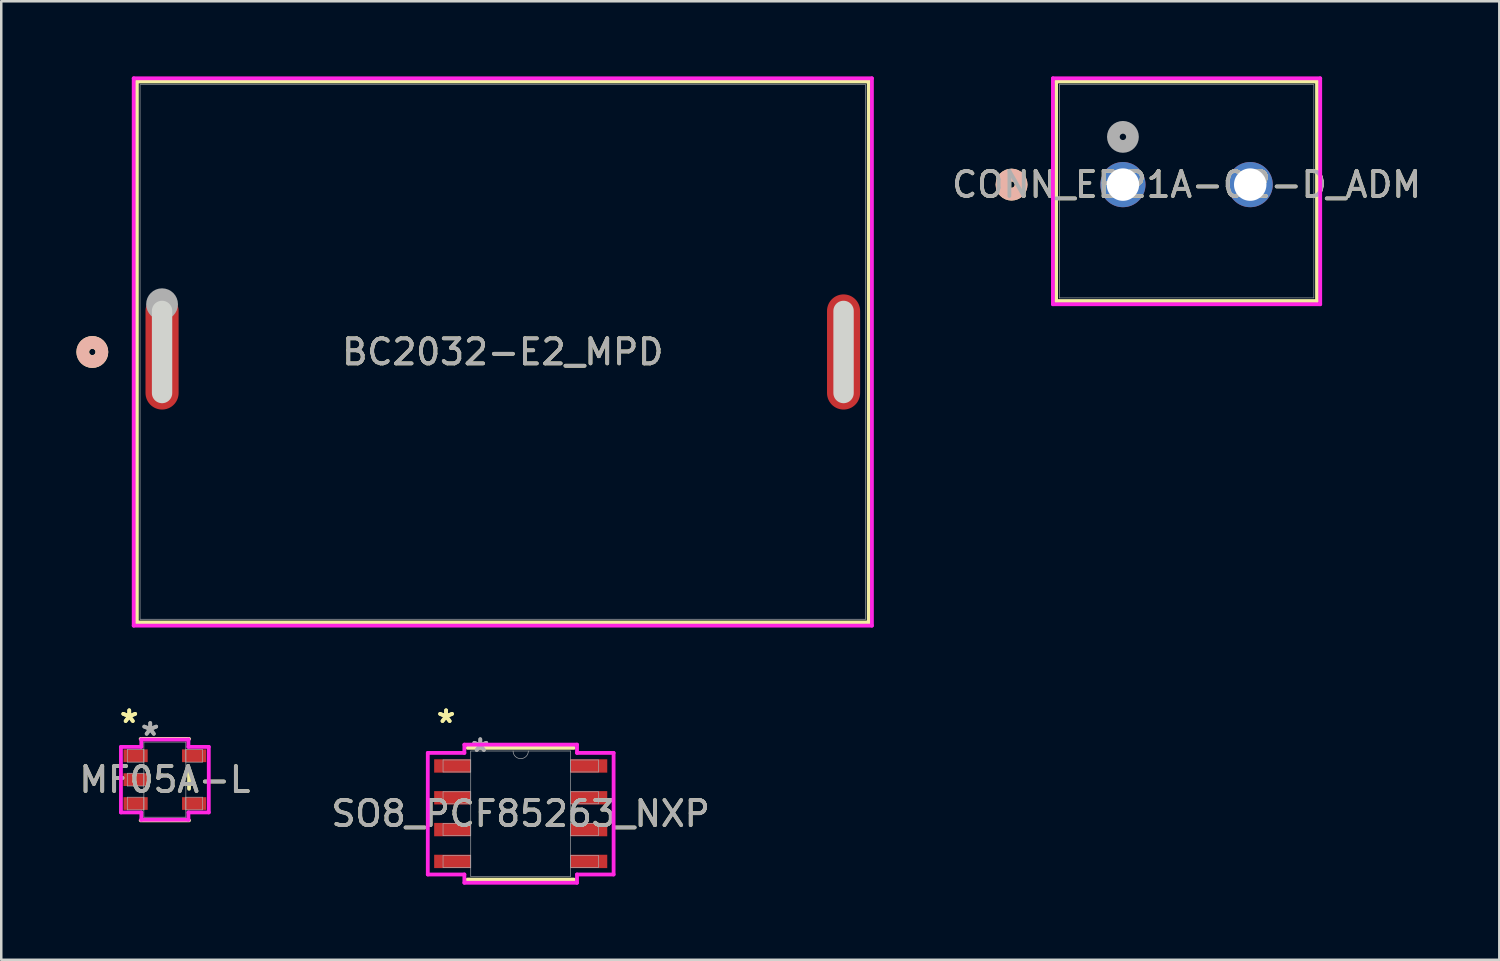
<source format=kicad_pcb>
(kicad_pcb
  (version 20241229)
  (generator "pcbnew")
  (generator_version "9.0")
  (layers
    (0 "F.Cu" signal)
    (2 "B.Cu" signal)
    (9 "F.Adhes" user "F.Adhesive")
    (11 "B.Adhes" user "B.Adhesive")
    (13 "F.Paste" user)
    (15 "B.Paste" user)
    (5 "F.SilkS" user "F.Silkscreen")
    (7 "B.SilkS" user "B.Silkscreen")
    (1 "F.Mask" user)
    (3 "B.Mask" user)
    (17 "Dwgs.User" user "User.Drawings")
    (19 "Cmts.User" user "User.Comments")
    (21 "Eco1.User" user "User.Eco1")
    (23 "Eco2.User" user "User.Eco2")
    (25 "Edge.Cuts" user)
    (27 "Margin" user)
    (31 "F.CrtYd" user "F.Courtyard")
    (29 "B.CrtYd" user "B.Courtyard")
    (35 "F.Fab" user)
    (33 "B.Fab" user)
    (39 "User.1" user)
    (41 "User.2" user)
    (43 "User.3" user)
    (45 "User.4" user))
  (footprint "MF05A-L"
    (layer "F.Cu")
    (at 3.53 28.067)
    (property "Reference" "MF05A-L" (at 0 0 0) (unlocked yes) (layer "F.SilkS") (effects (font (size 1 1) (thickness 0.15))))
    (attr smd)
    (fp_line (start -0.965 1.626) (end 0.965 1.626) (stroke (width 0.152) (type solid)) (layer "F.SilkS"))
    (fp_line (start 0.965 -1.626) (end -0.965 -1.626) (stroke (width 0.152) (type solid)) (layer "F.SilkS"))
    (fp_line (start 0.965 0.366) (end 0.965 -0.366) (stroke (width 0.152) (type solid)) (layer "F.SilkS"))
    (fp_line (start -1.753 -1.308) (end -0.94 -1.308) (stroke (width 0.152) (type solid)) (layer "F.CrtYd"))
    (fp_line (start -1.753 1.308) (end -1.753 -1.308) (stroke (width 0.152) (type solid)) (layer "F.CrtYd"))
    (fp_line (start -0.94 -1.6) (end 0.94 -1.6) (stroke (width 0.152) (type solid)) (layer "F.CrtYd"))
    (fp_line (start -0.94 -1.308) (end -0.94 -1.6) (stroke (width 0.152) (type solid)) (layer "F.CrtYd"))
    (fp_line (start -0.94 1.308) (end -1.753 1.308) (stroke (width 0.152) (type solid)) (layer "F.CrtYd"))
    (fp_line (start -0.94 1.6) (end -0.94 1.308) (stroke (width 0.152) (type solid)) (layer "F.CrtYd"))
    (fp_line (start 0.94 -1.6) (end 0.94 -1.308) (stroke (width 0.152) (type solid)) (layer "F.CrtYd"))
    (fp_line (start 0.94 -1.308) (end 1.753 -1.308) (stroke (width 0.152) (type solid)) (layer "F.CrtYd"))
    (fp_line (start 0.94 1.308) (end 0.94 1.6) (stroke (width 0.152) (type solid)) (layer "F.CrtYd"))
    (fp_line (start 0.94 1.6) (end -0.94 1.6) (stroke (width 0.152) (type solid)) (layer "F.CrtYd"))
    (fp_line (start 1.753 -1.308) (end 1.753 1.308) (stroke (width 0.152) (type solid)) (layer "F.CrtYd"))
    (fp_line (start 1.753 1.308) (end 0.94 1.308) (stroke (width 0.152) (type solid)) (layer "F.CrtYd"))
    (fp_line (start -1.499 -1.206) (end -1.499 -0.699) (stroke (width 0.025) (type solid)) (layer "F.Fab"))
    (fp_line (start -1.499 -0.699) (end -0.838 -0.699) (stroke (width 0.025) (type solid)) (layer "F.Fab"))
    (fp_line (start -1.499 -0.254) (end -1.499 0.254) (stroke (width 0.025) (type solid)) (layer "F.Fab"))
    (fp_line (start -1.499 0.254) (end -0.838 0.254) (stroke (width 0.025) (type solid)) (layer "F.Fab"))
    (fp_line (start -1.499 0.699) (end -1.499 1.206) (stroke (width 0.025) (type solid)) (layer "F.Fab"))
    (fp_line (start -1.499 1.206) (end -0.838 1.206) (stroke (width 0.025) (type solid)) (layer "F.Fab"))
    (fp_line (start -0.838 -1.499) (end -0.838 1.499) (stroke (width 0.025) (type solid)) (layer "F.Fab"))
    (fp_line (start -0.838 -1.206) (end -1.499 -1.206) (stroke (width 0.025) (type solid)) (layer "F.Fab"))
    (fp_line (start -0.838 -0.699) (end -0.838 -1.206) (stroke (width 0.025) (type solid)) (layer "F.Fab"))
    (fp_line (start -0.838 -0.254) (end -1.499 -0.254) (stroke (width 0.025) (type solid)) (layer "F.Fab"))
    (fp_line (start -0.838 0.254) (end -0.838 -0.254) (stroke (width 0.025) (type solid)) (layer "F.Fab"))
    (fp_line (start -0.838 0.699) (end -1.499 0.699) (stroke (width 0.025) (type solid)) (layer "F.Fab"))
    (fp_line (start -0.838 1.206) (end -0.838 0.699) (stroke (width 0.025) (type solid)) (layer "F.Fab"))
    (fp_line (start -0.838 1.499) (end 0.838 1.499) (stroke (width 0.025) (type solid)) (layer "F.Fab"))
    (fp_line (start 0.838 -1.499) (end -0.838 -1.499) (stroke (width 0.025) (type solid)) (layer "F.Fab"))
    (fp_line (start 0.838 -1.206) (end 0.838 -0.699) (stroke (width 0.025) (type solid)) (layer "F.Fab"))
    (fp_line (start 0.838 -0.699) (end 1.499 -0.699) (stroke (width 0.025) (type solid)) (layer "F.Fab"))
    (fp_line (start 0.838 0.699) (end 0.838 1.206) (stroke (width 0.025) (type solid)) (layer "F.Fab"))
    (fp_line (start 0.838 1.206) (end 1.499 1.206) (stroke (width 0.025) (type solid)) (layer "F.Fab"))
    (fp_line (start 0.838 1.499) (end 0.838 -1.499) (stroke (width 0.025) (type solid)) (layer "F.Fab"))
    (fp_line (start 1.499 -1.206) (end 0.838 -1.206) (stroke (width 0.025) (type solid)) (layer "F.Fab"))
    (fp_line (start 1.499 -0.699) (end 1.499 -1.206) (stroke (width 0.025) (type solid)) (layer "F.Fab"))
    (fp_line (start 1.499 0.699) (end 0.838 0.699) (stroke (width 0.025) (type solid)) (layer "F.Fab"))
    (fp_line (start 1.499 1.206) (end 1.499 0.699) (stroke (width 0.025) (type solid)) (layer "F.Fab"))
    (fp_text user "*" (at -1.422 -2.223 0) (unlocked yes) (layer "F.SilkS") (effects (font (size 1 1) (thickness 0.15))))
    (fp_text user "*" (at -1.422 -2.223 0) (layer "F.SilkS") (effects (font (size 1 1) (thickness 0.15))))
    (fp_text user "*" (at -0.584 -1.714 0) (unlocked yes) (layer "F.Fab") (effects (font (size 1 1) (thickness 0.15))))
    (fp_text user "${REFERENCE}" (at 0 0 0) (unlocked yes) (layer "F.Fab") (effects (font (size 1 1) (thickness 0.15))))
    (fp_text user "*" (at -0.584 -1.714 0) (layer "F.Fab") (effects (font (size 1 1) (thickness 0.15))))
    (pad "1" smd rect (at -1.168 -0.953) (size 0.965 0.508) (layers "F.Cu" "F.Mask" "F.Paste"))
    (pad "2" smd rect (at -1.168 0) (size 0.965 0.508) (layers "F.Cu" "F.Mask" "F.Paste"))
    (pad "3" smd rect (at -1.168 0.953) (size 0.965 0.508) (layers "F.Cu" "F.Mask" "F.Paste"))
    (pad "4" smd rect (at 1.168 0.953) (size 0.965 0.508) (layers "F.Cu" "F.Mask" "F.Paste"))
    (pad "5" smd rect (at 1.168 -0.953) (size 0.965 0.508) (layers "F.Cu" "F.Mask" "F.Paste")))
  (footprint "BC2032-E2_MPD"
    (layer "F.Cu")
    (at 3.418 10.998)
    (property "Reference" "BC2032-E2_MPD" (at 13.6 0 0) (unlocked yes) (layer "F.SilkS") (effects (font (size 1 1) (thickness 0.15))))
    (attr smd)
    (fp_line (start -1.005 -10.795) (end -1.005 10.795) (stroke (width 0.152) (type solid)) (layer "F.SilkS"))
    (fp_line (start -1.005 10.795) (end 28.205 10.795) (stroke (width 0.152) (type solid)) (layer "F.SilkS"))
    (fp_line (start 28.205 -10.795) (end -1.005 -10.795) (stroke (width 0.152) (type solid)) (layer "F.SilkS"))
    (fp_line (start 28.205 10.795) (end 28.205 -10.795) (stroke (width 0.152) (type solid)) (layer "F.SilkS"))
    (fp_circle (center -2.783 0) (end -2.402 0) (stroke (width 0.508) (type solid)) (fill no) (layer "F.SilkS"))
    (fp_circle (center -2.783 0) (end -2.402 0) (stroke (width 0.508) (type solid)) (fill no) (layer "B.SilkS"))
    (fp_line (start 0 1.638) (end 0 -1.638) (stroke (width 0.813) (type solid)) (layer "Edge.Cuts"))
    (fp_line (start 27.2 1.638) (end 27.2 -1.638) (stroke (width 0.813) (type solid)) (layer "Edge.Cuts"))
    (fp_line (start -1.132 -10.922) (end -1.132 10.922) (stroke (width 0.152) (type solid)) (layer "F.CrtYd"))
    (fp_line (start -1.132 10.922) (end 28.332 10.922) (stroke (width 0.152) (type solid)) (layer "F.CrtYd"))
    (fp_line (start 28.332 -10.922) (end -1.132 -10.922) (stroke (width 0.152) (type solid)) (layer "F.CrtYd"))
    (fp_line (start 28.332 10.922) (end 28.332 -10.922) (stroke (width 0.152) (type solid)) (layer "F.CrtYd"))
    (fp_line (start -0.878 -10.668) (end -0.878 10.668) (stroke (width 0.025) (type solid)) (layer "F.Fab"))
    (fp_line (start -0.878 10.668) (end 28.078 10.668) (stroke (width 0.025) (type solid)) (layer "F.Fab"))
    (fp_line (start 28.078 -10.668) (end -0.878 -10.668) (stroke (width 0.025) (type solid)) (layer "F.Fab"))
    (fp_line (start 28.078 10.668) (end 28.078 -10.668) (stroke (width 0.025) (type solid)) (layer "F.Fab"))
    (fp_circle (center 0 -1.905) (end 0.381 -1.905) (stroke (width 0.508) (type solid)) (fill no) (layer "F.Fab"))
    (fp_text user "${REFERENCE}" (at 13.6 0 0) (unlocked yes) (layer "F.Fab") (effects (font (size 1 1) (thickness 0.15))))
    (pad "1" smd oval (at 0 0) (size 1.321 4.597) (layers "F.Cu" "F.Mask" "F.Paste"))
    (pad "2" smd oval (at 27.2 0) (size 1.321 4.597) (layers "F.Cu" "F.Mask" "F.Paste")))
  (footprint "CONN_EB21A-02-D_ADM"
    (layer "F.Cu")
    (at 41.768 4.318)
    (property "Reference" "CONN_EB21A-02-D_ADM" (at 2.54 0 0) (unlocked yes) (layer "F.SilkS") (effects (font (size 1 1) (thickness 0.15))))
    (attr through_hole)
    (fp_line (start -2.667 -4.115) (end -2.667 4.648) (stroke (width 0.152) (type solid)) (layer "F.SilkS"))
    (fp_line (start -2.667 4.648) (end 7.747 4.648) (stroke (width 0.152) (type solid)) (layer "F.SilkS"))
    (fp_line (start 7.747 -4.115) (end -2.667 -4.115) (stroke (width 0.152) (type solid)) (layer "F.SilkS"))
    (fp_line (start 7.747 4.648) (end 7.747 -4.115) (stroke (width 0.152) (type solid)) (layer "F.SilkS"))
    (fp_circle (center -4.445 0) (end -4.064 0) (stroke (width 0.508) (type solid)) (fill no) (layer "F.SilkS"))
    (fp_circle (center -4.445 0) (end -4.064 0) (stroke (width 0.508) (type solid)) (fill no) (layer "B.SilkS"))
    (fp_line (start -2.794 -4.242) (end -2.794 4.775) (stroke (width 0.152) (type solid)) (layer "F.CrtYd"))
    (fp_line (start -2.794 4.775) (end 7.874 4.775) (stroke (width 0.152) (type solid)) (layer "F.CrtYd"))
    (fp_line (start 7.874 -4.242) (end -2.794 -4.242) (stroke (width 0.152) (type solid)) (layer "F.CrtYd"))
    (fp_line (start 7.874 4.775) (end 7.874 -4.242) (stroke (width 0.152) (type solid)) (layer "F.CrtYd"))
    (fp_line (start -2.54 -3.988) (end -2.54 4.521) (stroke (width 0.025) (type solid)) (layer "F.Fab"))
    (fp_line (start -2.54 4.521) (end 7.62 4.521) (stroke (width 0.025) (type solid)) (layer "F.Fab"))
    (fp_line (start 7.62 -3.988) (end -2.54 -3.988) (stroke (width 0.025) (type solid)) (layer "F.Fab"))
    (fp_line (start 7.62 4.521) (end 7.62 -3.988) (stroke (width 0.025) (type solid)) (layer "F.Fab"))
    (fp_circle (center 0 -1.905) (end 0.381 -1.905) (stroke (width 0.508) (type solid)) (fill no) (layer "F.Fab"))
    (fp_text user "${REFERENCE}" (at 2.54 0 0) (unlocked yes) (layer "F.Fab") (effects (font (size 1 1) (thickness 0.15))))
    (pad "1" thru_hole circle (at 0 0) (size 1.803 1.803) (drill 1.295) (layers "*.Cu" "*.Mask"))
    (pad "2" thru_hole circle (at 5.08 0) (size 1.803 1.803) (drill 1.295) (layers "*.Cu" "*.Mask")))
  (footprint "SO8_PCF85263_NXP"
    (layer "F.Cu")
    (at 17.732 29.426)
    (property "Reference" "SO8_PCF85263_NXP" (at 0 0 0) (unlocked yes) (layer "F.SilkS") (effects (font (size 1 1) (thickness 0.15))))
    (attr smd)
    (fp_line (start -2.121 2.629) (end 2.121 2.629) (stroke (width 0.152) (type solid)) (layer "F.SilkS"))
    (fp_line (start 2.121 -2.629) (end -2.121 -2.629) (stroke (width 0.152) (type solid)) (layer "F.SilkS"))
    (fp_line (start -3.708 -2.426) (end -2.248 -2.426) (stroke (width 0.152) (type solid)) (layer "F.CrtYd"))
    (fp_line (start -3.708 2.426) (end -3.708 -2.426) (stroke (width 0.152) (type solid)) (layer "F.CrtYd"))
    (fp_line (start -3.708 2.426) (end -2.248 2.426) (stroke (width 0.152) (type solid)) (layer "F.CrtYd"))
    (fp_line (start -2.248 -2.756) (end 2.248 -2.756) (stroke (width 0.152) (type solid)) (layer "F.CrtYd"))
    (fp_line (start -2.248 -2.426) (end -2.248 -2.756) (stroke (width 0.152) (type solid)) (layer "F.CrtYd"))
    (fp_line (start -2.248 2.756) (end -2.248 2.426) (stroke (width 0.152) (type solid)) (layer "F.CrtYd"))
    (fp_line (start 2.248 -2.756) (end 2.248 -2.426) (stroke (width 0.152) (type solid)) (layer "F.CrtYd"))
    (fp_line (start 2.248 2.426) (end 2.248 2.756) (stroke (width 0.152) (type solid)) (layer "F.CrtYd"))
    (fp_line (start 2.248 2.756) (end -2.248 2.756) (stroke (width 0.152) (type solid)) (layer "F.CrtYd"))
    (fp_line (start 3.708 -2.426) (end 2.248 -2.426) (stroke (width 0.152) (type solid)) (layer "F.CrtYd"))
    (fp_line (start 3.708 -2.426) (end 3.708 2.426) (stroke (width 0.152) (type solid)) (layer "F.CrtYd"))
    (fp_line (start 3.708 2.426) (end 2.248 2.426) (stroke (width 0.152) (type solid)) (layer "F.CrtYd"))
    (fp_line (start -3.099 -2.146) (end -3.099 -1.664) (stroke (width 0.025) (type solid)) (layer "F.Fab"))
    (fp_line (start -3.099 -1.664) (end -1.994 -1.664) (stroke (width 0.025) (type solid)) (layer "F.Fab"))
    (fp_line (start -3.099 -0.876) (end -3.099 -0.394) (stroke (width 0.025) (type solid)) (layer "F.Fab"))
    (fp_line (start -3.099 -0.394) (end -1.994 -0.394) (stroke (width 0.025) (type solid)) (layer "F.Fab"))
    (fp_line (start -3.099 0.394) (end -3.099 0.876) (stroke (width 0.025) (type solid)) (layer "F.Fab"))
    (fp_line (start -3.099 0.876) (end -1.994 0.876) (stroke (width 0.025) (type solid)) (layer "F.Fab"))
    (fp_line (start -3.099 1.664) (end -3.099 2.146) (stroke (width 0.025) (type solid)) (layer "F.Fab"))
    (fp_line (start -3.099 2.146) (end -1.994 2.146) (stroke (width 0.025) (type solid)) (layer "F.Fab"))
    (fp_line (start -1.994 -2.502) (end -1.994 2.502) (stroke (width 0.025) (type solid)) (layer "F.Fab"))
    (fp_line (start -1.994 -2.146) (end -3.099 -2.146) (stroke (width 0.025) (type solid)) (layer "F.Fab"))
    (fp_line (start -1.994 -1.664) (end -1.994 -2.146) (stroke (width 0.025) (type solid)) (layer "F.Fab"))
    (fp_line (start -1.994 -0.876) (end -3.099 -0.876) (stroke (width 0.025) (type solid)) (layer "F.Fab"))
    (fp_line (start -1.994 -0.394) (end -1.994 -0.876) (stroke (width 0.025) (type solid)) (layer "F.Fab"))
    (fp_line (start -1.994 0.394) (end -3.099 0.394) (stroke (width 0.025) (type solid)) (layer "F.Fab"))
    (fp_line (start -1.994 0.876) (end -1.994 0.394) (stroke (width 0.025) (type solid)) (layer "F.Fab"))
    (fp_line (start -1.994 1.664) (end -3.099 1.664) (stroke (width 0.025) (type solid)) (layer "F.Fab"))
    (fp_line (start -1.994 2.146) (end -1.994 1.664) (stroke (width 0.025) (type solid)) (layer "F.Fab"))
    (fp_line (start -1.994 2.502) (end 1.994 2.502) (stroke (width 0.025) (type solid)) (layer "F.Fab"))
    (fp_line (start 1.994 -2.502) (end -1.994 -2.502) (stroke (width 0.025) (type solid)) (layer "F.Fab"))
    (fp_line (start 1.994 -2.146) (end 1.994 -1.664) (stroke (width 0.025) (type solid)) (layer "F.Fab"))
    (fp_line (start 1.994 -1.664) (end 3.099 -1.664) (stroke (width 0.025) (type solid)) (layer "F.Fab"))
    (fp_line (start 1.994 -0.876) (end 1.994 -0.394) (stroke (width 0.025) (type solid)) (layer "F.Fab"))
    (fp_line (start 1.994 -0.394) (end 3.099 -0.394) (stroke (width 0.025) (type solid)) (layer "F.Fab"))
    (fp_line (start 1.994 0.394) (end 1.994 0.876) (stroke (width 0.025) (type solid)) (layer "F.Fab"))
    (fp_line (start 1.994 0.876) (end 3.099 0.876) (stroke (width 0.025) (type solid)) (layer "F.Fab"))
    (fp_line (start 1.994 1.664) (end 1.994 2.146) (stroke (width 0.025) (type solid)) (layer "F.Fab"))
    (fp_line (start 1.994 2.146) (end 3.099 2.146) (stroke (width 0.025) (type solid)) (layer "F.Fab"))
    (fp_line (start 1.994 2.502) (end 1.994 -2.502) (stroke (width 0.025) (type solid)) (layer "F.Fab"))
    (fp_line (start 3.099 -2.146) (end 1.994 -2.146) (stroke (width 0.025) (type solid)) (layer "F.Fab"))
    (fp_line (start 3.099 -1.664) (end 3.099 -2.146) (stroke (width 0.025) (type solid)) (layer "F.Fab"))
    (fp_line (start 3.099 -0.876) (end 1.994 -0.876) (stroke (width 0.025) (type solid)) (layer "F.Fab"))
    (fp_line (start 3.099 -0.394) (end 3.099 -0.876) (stroke (width 0.025) (type solid)) (layer "F.Fab"))
    (fp_line (start 3.099 0.394) (end 1.994 0.394) (stroke (width 0.025) (type solid)) (layer "F.Fab"))
    (fp_line (start 3.099 0.876) (end 3.099 0.394) (stroke (width 0.025) (type solid)) (layer "F.Fab"))
    (fp_line (start 3.099 1.664) (end 1.994 1.664) (stroke (width 0.025) (type solid)) (layer "F.Fab"))
    (fp_line (start 3.099 2.146) (end 3.099 1.664) (stroke (width 0.025) (type solid)) (layer "F.Fab"))
    (fp_arc (start 0.3048 -2.5019) (mid 0 -2.1971) (end -0.3048 -2.5019) (stroke (width 0.0254) (type solid)) (layer "F.Fab"))
    (fp_text user "*" (at -2.978 -3.581 0) (layer "F.SilkS") (effects (font (size 1 1) (thickness 0.15))))
    (fp_text user "*" (at -2.978 -3.581 0) (unlocked yes) (layer "F.SilkS") (effects (font (size 1 1) (thickness 0.15))))
    (fp_text user "*" (at -1.613 -2.426 0) (layer "F.Fab") (effects (font (size 1 1) (thickness 0.15))))
    (fp_text user "${REFERENCE}" (at 0 0 0) (unlocked yes) (layer "F.Fab") (effects (font (size 1 1) (thickness 0.15))))
    (fp_text user "*" (at -1.613 -2.426 0) (unlocked yes) (layer "F.Fab") (effects (font (size 1 1) (thickness 0.15))))
    (pad "1" smd rect (at -2.724 -1.905) (size 1.46 0.533) (layers "F.Cu" "F.Mask" "F.Paste"))
    (pad "2" smd rect (at -2.724 -0.635) (size 1.46 0.533) (layers "F.Cu" "F.Mask" "F.Paste"))
    (pad "3" smd rect (at -2.724 0.635) (size 1.46 0.533) (layers "F.Cu" "F.Mask" "F.Paste"))
    (pad "4" smd rect (at -2.724 1.905) (size 1.46 0.533) (layers "F.Cu" "F.Mask" "F.Paste"))
    (pad "5" smd rect (at 2.724 1.905) (size 1.46 0.533) (layers "F.Cu" "F.Mask" "F.Paste"))
    (pad "6" smd rect (at 2.724 0.635) (size 1.46 0.533) (layers "F.Cu" "F.Mask" "F.Paste"))
    (pad "7" smd rect (at 2.724 -0.635) (size 1.46 0.533) (layers "F.Cu" "F.Mask" "F.Paste"))
    (pad "8" smd rect (at 2.724 -1.905) (size 1.46 0.533) (layers "F.Cu" "F.Mask" "F.Paste")))
  (gr_rect
    (start -3 -3)
    (end 56.79 35.258)
    (stroke (width 0.1) (type default))
    (fill no)
    (layer "Edge.Cuts")))
</source>
